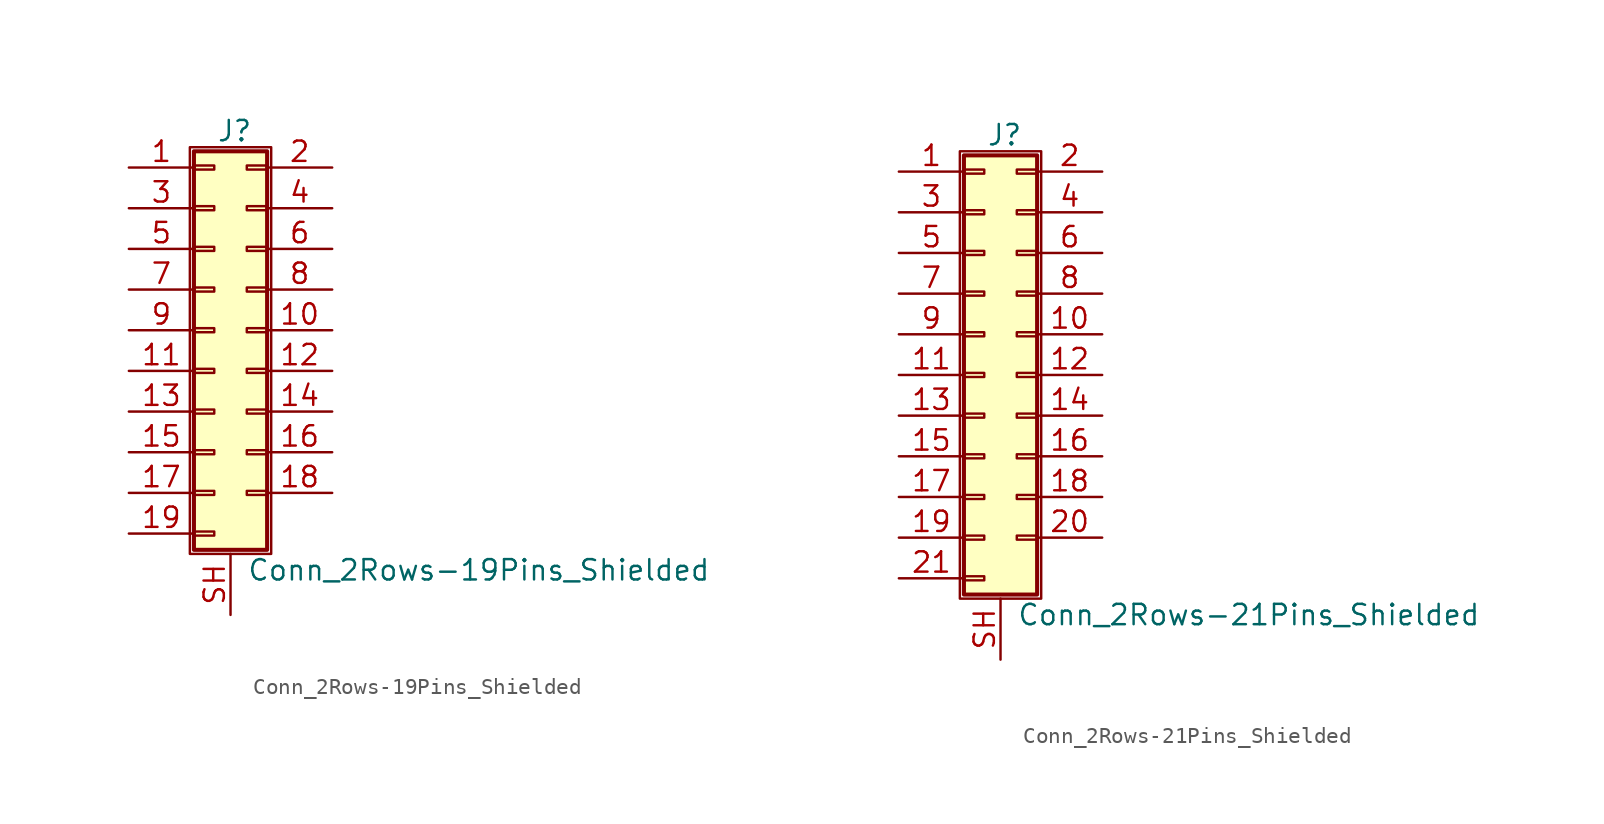
<source format=kicad_sym>
(kicad_symbol_lib
  (version 20200908)
  (generator kicad_symbol_editor)
  (symbol "Connector_Generic_Shielded:Conn_2Rows-19Pins_Shielded"
    (pin_names
      (offset 1.016) hide)
    (property "Reference" "J"
      (at 1.524 12.446 0)
      (effects (font (size 1.27 1.27))))
    (property "Value" "Conn_2Rows-19Pins_Shielded"
      (at 2.286 -14.986 0)
      (effects (font (size 1.27 1.27)) (justify left)))
    (symbol "Conn_2Rows-19Pins_Shielded_1_1"
      (rectangle (start -1.016 -4.953) (end 0.254 -5.207) (stroke (width 0.152)) (fill (type none)))
      (rectangle (start -1.016 -7.493) (end 0.254 -7.747) (stroke (width 0.152)) (fill (type none)))
      (rectangle (start -1.016 -10.033) (end 0.254 -10.287) (stroke (width 0.152)) (fill (type none)))
      (rectangle (start -1.016 -12.573) (end 0.254 -12.827) (stroke (width 0.152)) (fill (type none)))
      (rectangle (start -1.016 -2.413) (end 0.254 -2.667) (stroke (width 0.152)) (fill (type none)))
      (rectangle (start -1.016 2.667) (end 0.254 2.413) (stroke (width 0.152)) (fill (type none)))
      (rectangle (start -1.016 5.207) (end 0.254 4.953) (stroke (width 0.152)) (fill (type none)))
      (rectangle (start -1.016 7.747) (end 0.254 7.493) (stroke (width 0.152)) (fill (type none)))
      (rectangle (start -1.016 10.287) (end 0.254 10.033) (stroke (width 0.152)) (fill (type none)))
      (rectangle (start -1.016 11.176) (end 3.556 -13.716) (stroke (width 0.254)) (fill (type background)))
      (rectangle (start -1.016 0.127) (end 0.254 -0.127) (stroke (width 0.152)) (fill (type none)))
      (rectangle (start -1.27 11.43) (end 3.81 -13.97) (stroke (width 0.152)) (fill (type none)))
      (rectangle (start 3.556 -4.953) (end 2.286 -5.207) (stroke (width 0.152)) (fill (type none)))
      (rectangle (start 3.556 -7.493) (end 2.286 -7.747) (stroke (width 0.152)) (fill (type none)))
      (rectangle (start 3.556 -10.033) (end 2.286 -10.287) (stroke (width 0.152)) (fill (type none)))
      (rectangle (start 3.556 -2.413) (end 2.286 -2.667) (stroke (width 0.152)) (fill (type none)))
      (rectangle (start 3.556 2.667) (end 2.286 2.413) (stroke (width 0.152)) (fill (type none)))
      (rectangle (start 3.556 5.207) (end 2.286 4.953) (stroke (width 0.152)) (fill (type none)))
      (rectangle (start 3.556 7.747) (end 2.286 7.493) (stroke (width 0.152)) (fill (type none)))
      (rectangle (start 3.556 10.287) (end 2.286 10.033) (stroke (width 0.152)) (fill (type none)))
      (rectangle (start 3.556 0.127) (end 2.286 -0.127) (stroke (width 0.152)) (fill (type none)))
      (pin passive line (at -5.08 10.16 0) (length 4.064) (name "Pin_1" (effects (font (size 1.27 1.27)))) (number "1" (effects (font (size 1.27 1.27)))))
      (pin passive line (at 7.62 0 180) (length 4.064) (name "Pin_10" (effects (font (size 1.27 1.27)))) (number "10" (effects (font (size 1.27 1.27)))))
      (pin passive line (at -5.08 -2.54 0) (length 4.064) (name "Pin_11" (effects (font (size 1.27 1.27)))) (number "11" (effects (font (size 1.27 1.27)))))
      (pin passive line (at 7.62 -2.54 180) (length 4.064) (name "Pin_12" (effects (font (size 1.27 1.27)))) (number "12" (effects (font (size 1.27 1.27)))))
      (pin passive line (at -5.08 -5.08 0) (length 4.064) (name "Pin_13" (effects (font (size 1.27 1.27)))) (number "13" (effects (font (size 1.27 1.27)))))
      (pin passive line (at 7.62 -5.08 180) (length 4.064) (name "Pin_14" (effects (font (size 1.27 1.27)))) (number "14" (effects (font (size 1.27 1.27)))))
      (pin passive line (at -5.08 -7.62 0) (length 4.064) (name "Pin_15" (effects (font (size 1.27 1.27)))) (number "15" (effects (font (size 1.27 1.27)))))
      (pin passive line (at 7.62 -7.62 180) (length 4.064) (name "Pin_16" (effects (font (size 1.27 1.27)))) (number "16" (effects (font (size 1.27 1.27)))))
      (pin passive line (at -5.08 -10.16 0) (length 4.064) (name "Pin_17" (effects (font (size 1.27 1.27)))) (number "17" (effects (font (size 1.27 1.27)))))
      (pin passive line (at 7.62 -10.16 180) (length 4.064) (name "Pin_18" (effects (font (size 1.27 1.27)))) (number "18" (effects (font (size 1.27 1.27)))))
      (pin passive line (at -5.08 -12.7 0) (length 4.064) (name "Pin_19" (effects (font (size 1.27 1.27)))) (number "19" (effects (font (size 1.27 1.27)))))
      (pin passive line (at 7.62 10.16 180) (length 4.064) (name "Pin_2" (effects (font (size 1.27 1.27)))) (number "2" (effects (font (size 1.27 1.27)))))
      (pin passive line (at -5.08 7.62 0) (length 4.064) (name "Pin_3" (effects (font (size 1.27 1.27)))) (number "3" (effects (font (size 1.27 1.27)))))
      (pin passive line (at 7.62 7.62 180) (length 4.064) (name "Pin_4" (effects (font (size 1.27 1.27)))) (number "4" (effects (font (size 1.27 1.27)))))
      (pin passive line (at -5.08 5.08 0) (length 4.064) (name "Pin_5" (effects (font (size 1.27 1.27)))) (number "5" (effects (font (size 1.27 1.27)))))
      (pin passive line (at 7.62 5.08 180) (length 4.064) (name "Pin_6" (effects (font (size 1.27 1.27)))) (number "6" (effects (font (size 1.27 1.27)))))
      (pin passive line (at -5.08 2.54 0) (length 4.064) (name "Pin_7" (effects (font (size 1.27 1.27)))) (number "7" (effects (font (size 1.27 1.27)))))
      (pin passive line (at 7.62 2.54 180) (length 4.064) (name "Pin_8" (effects (font (size 1.27 1.27)))) (number "8" (effects (font (size 1.27 1.27)))))
      (pin passive line (at -5.08 0 0) (length 4.064) (name "Pin_9" (effects (font (size 1.27 1.27)))) (number "9" (effects (font (size 1.27 1.27)))))
      (pin passive line (at 1.27 -17.78 90) (length 3.81) (name "Shield" (effects (font (size 1.27 1.27)))) (number "SH" (effects (font (size 1.27 1.27)))))))
  (symbol "Connector_Generic_Shielded:Conn_2Rows-21Pins_Shielded"
    (pin_names
      (offset 1.016) hide)
    (property "Reference" "J"
      (at 1.524 14.986 0)
      (effects (font (size 1.27 1.27))))
    (property "Value" "Conn_2Rows-21Pins_Shielded"
      (at 2.286 -14.986 0)
      (effects (font (size 1.27 1.27)) (justify left)))
    (symbol "Conn_2Rows-21Pins_Shielded_1_1"
      (rectangle (start -1.016 -4.953) (end 0.254 -5.207) (stroke (width 0.152)) (fill (type none)))
      (rectangle (start -1.016 -7.493) (end 0.254 -7.747) (stroke (width 0.152)) (fill (type none)))
      (rectangle (start -1.016 -10.033) (end 0.254 -10.287) (stroke (width 0.152)) (fill (type none)))
      (rectangle (start -1.016 -12.573) (end 0.254 -12.827) (stroke (width 0.152)) (fill (type none)))
      (rectangle (start -1.016 -2.413) (end 0.254 -2.667) (stroke (width 0.152)) (fill (type none)))
      (rectangle (start -1.016 2.667) (end 0.254 2.413) (stroke (width 0.152)) (fill (type none)))
      (rectangle (start -1.016 5.207) (end 0.254 4.953) (stroke (width 0.152)) (fill (type none)))
      (rectangle (start -1.016 7.747) (end 0.254 7.493) (stroke (width 0.152)) (fill (type none)))
      (rectangle (start -1.016 10.287) (end 0.254 10.033) (stroke (width 0.152)) (fill (type none)))
      (rectangle (start -1.016 0.127) (end 0.254 -0.127) (stroke (width 0.152)) (fill (type none)))
      (rectangle (start -1.016 12.827) (end 0.254 12.573) (stroke (width 0.152)) (fill (type none)))
      (rectangle (start -1.016 13.716) (end 3.556 -13.716) (stroke (width 0.254)) (fill (type background)))
      (rectangle (start -1.27 13.97) (end 3.81 -13.97) (stroke (width 0.152)) (fill (type none)))
      (rectangle (start 3.556 -4.953) (end 2.286 -5.207) (stroke (width 0.152)) (fill (type none)))
      (rectangle (start 3.556 -7.493) (end 2.286 -7.747) (stroke (width 0.152)) (fill (type none)))
      (rectangle (start 3.556 -10.033) (end 2.286 -10.287) (stroke (width 0.152)) (fill (type none)))
      (rectangle (start 3.556 -2.413) (end 2.286 -2.667) (stroke (width 0.152)) (fill (type none)))
      (rectangle (start 3.556 2.667) (end 2.286 2.413) (stroke (width 0.152)) (fill (type none)))
      (rectangle (start 3.556 5.207) (end 2.286 4.953) (stroke (width 0.152)) (fill (type none)))
      (rectangle (start 3.556 7.747) (end 2.286 7.493) (stroke (width 0.152)) (fill (type none)))
      (rectangle (start 3.556 10.287) (end 2.286 10.033) (stroke (width 0.152)) (fill (type none)))
      (rectangle (start 3.556 0.127) (end 2.286 -0.127) (stroke (width 0.152)) (fill (type none)))
      (rectangle (start 3.556 12.827) (end 2.286 12.573) (stroke (width 0.152)) (fill (type none)))
      (pin passive line (at -5.08 12.7 0) (length 4.064) (name "Pin_1" (effects (font (size 1.27 1.27)))) (number "1" (effects (font (size 1.27 1.27)))))
      (pin passive line (at 7.62 2.54 180) (length 4.064) (name "Pin_10" (effects (font (size 1.27 1.27)))) (number "10" (effects (font (size 1.27 1.27)))))
      (pin passive line (at -5.08 0 0) (length 4.064) (name "Pin_11" (effects (font (size 1.27 1.27)))) (number "11" (effects (font (size 1.27 1.27)))))
      (pin passive line (at 7.62 0 180) (length 4.064) (name "Pin_12" (effects (font (size 1.27 1.27)))) (number "12" (effects (font (size 1.27 1.27)))))
      (pin passive line (at -5.08 -2.54 0) (length 4.064) (name "Pin_13" (effects (font (size 1.27 1.27)))) (number "13" (effects (font (size 1.27 1.27)))))
      (pin passive line (at 7.62 -2.54 180) (length 4.064) (name "Pin_14" (effects (font (size 1.27 1.27)))) (number "14" (effects (font (size 1.27 1.27)))))
      (pin passive line (at -5.08 -5.08 0) (length 4.064) (name "Pin_15" (effects (font (size 1.27 1.27)))) (number "15" (effects (font (size 1.27 1.27)))))
      (pin passive line (at 7.62 -5.08 180) (length 4.064) (name "Pin_16" (effects (font (size 1.27 1.27)))) (number "16" (effects (font (size 1.27 1.27)))))
      (pin passive line (at -5.08 -7.62 0) (length 4.064) (name "Pin_17" (effects (font (size 1.27 1.27)))) (number "17" (effects (font (size 1.27 1.27)))))
      (pin passive line (at 7.62 -7.62 180) (length 4.064) (name "Pin_18" (effects (font (size 1.27 1.27)))) (number "18" (effects (font (size 1.27 1.27)))))
      (pin passive line (at -5.08 -10.16 0) (length 4.064) (name "Pin_19" (effects (font (size 1.27 1.27)))) (number "19" (effects (font (size 1.27 1.27)))))
      (pin passive line (at 7.62 12.7 180) (length 4.064) (name "Pin_2" (effects (font (size 1.27 1.27)))) (number "2" (effects (font (size 1.27 1.27)))))
      (pin passive line (at 7.62 -10.16 180) (length 4.064) (name "Pin_20" (effects (font (size 1.27 1.27)))) (number "20" (effects (font (size 1.27 1.27)))))
      (pin passive line (at -5.08 -12.7 0) (length 4.064) (name "Pin_21" (effects (font (size 1.27 1.27)))) (number "21" (effects (font (size 1.27 1.27)))))
      (pin passive line (at -5.08 10.16 0) (length 4.064) (name "Pin_3" (effects (font (size 1.27 1.27)))) (number "3" (effects (font (size 1.27 1.27)))))
      (pin passive line (at 7.62 10.16 180) (length 4.064) (name "Pin_4" (effects (font (size 1.27 1.27)))) (number "4" (effects (font (size 1.27 1.27)))))
      (pin passive line (at -5.08 7.62 0) (length 4.064) (name "Pin_5" (effects (font (size 1.27 1.27)))) (number "5" (effects (font (size 1.27 1.27)))))
      (pin passive line (at 7.62 7.62 180) (length 4.064) (name "Pin_6" (effects (font (size 1.27 1.27)))) (number "6" (effects (font (size 1.27 1.27)))))
      (pin passive line (at -5.08 5.08 0) (length 4.064) (name "Pin_7" (effects (font (size 1.27 1.27)))) (number "7" (effects (font (size 1.27 1.27)))))
      (pin passive line (at 7.62 5.08 180) (length 4.064) (name "Pin_8" (effects (font (size 1.27 1.27)))) (number "8" (effects (font (size 1.27 1.27)))))
      (pin passive line (at -5.08 2.54 0) (length 4.064) (name "Pin_9" (effects (font (size 1.27 1.27)))) (number "9" (effects (font (size 1.27 1.27)))))
      (pin passive line (at 1.27 -17.78 90) (length 3.81) (name "Shield" (effects (font (size 1.27 1.27)))) (number "SH" (effects (font (size 1.27 1.27))))))))
</source>
